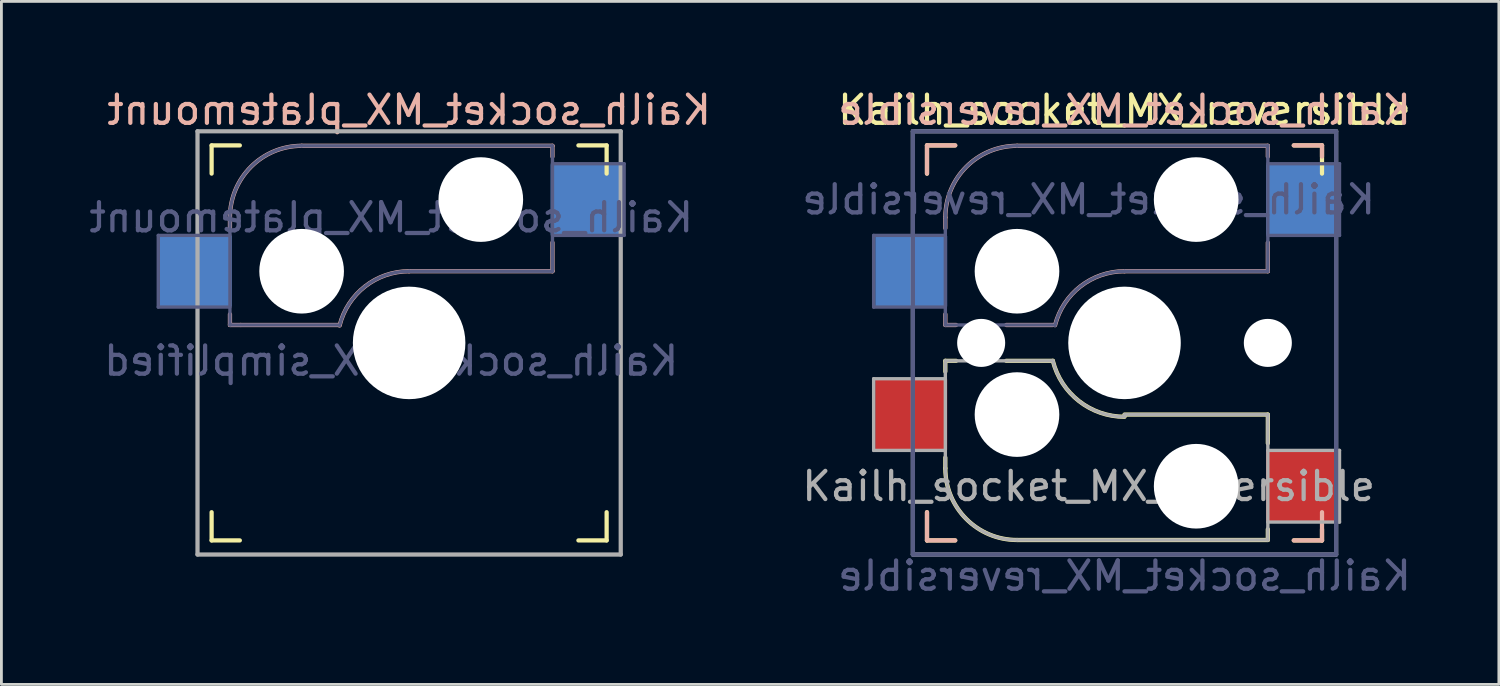
<source format=kicad_pcb>
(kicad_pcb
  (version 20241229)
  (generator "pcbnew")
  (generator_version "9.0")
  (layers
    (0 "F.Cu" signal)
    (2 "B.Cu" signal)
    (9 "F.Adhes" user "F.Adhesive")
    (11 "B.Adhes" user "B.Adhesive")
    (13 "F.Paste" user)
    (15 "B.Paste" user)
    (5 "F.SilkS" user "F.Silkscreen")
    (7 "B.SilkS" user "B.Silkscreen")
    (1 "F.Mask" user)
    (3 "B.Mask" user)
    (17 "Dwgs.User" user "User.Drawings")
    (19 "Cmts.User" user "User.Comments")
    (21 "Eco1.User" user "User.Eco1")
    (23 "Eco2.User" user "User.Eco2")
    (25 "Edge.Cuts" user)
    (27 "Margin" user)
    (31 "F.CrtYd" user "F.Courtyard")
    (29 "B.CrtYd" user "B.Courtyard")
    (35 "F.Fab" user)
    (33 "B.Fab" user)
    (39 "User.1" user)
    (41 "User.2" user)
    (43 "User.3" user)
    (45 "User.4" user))
  (footprint "Kailh_socket_MX_reversible"
    (layer "F.Cu")
    (at 36.804 9.103)
    (property "Reference" "Kailh_socket_MX_reversible" (at 0 -8.255 0) (layer "F.SilkS") (effects (font (size 1 1) (thickness 0.15))))
    (property "Value" "Kailh_socket_MX_reversible" (at 0 8.255 0) (layer "F.Fab") (hide yes) (effects (font (size 1 1) (thickness 0.15))))
    (attr smd)
    (fp_line (start -7 -7) (end -6 -7) (stroke (width 0.15) (type solid)) (layer "F.SilkS"))
    (fp_line (start -7 -6) (end -7 -7) (stroke (width 0.15) (type solid)) (layer "F.SilkS"))
    (fp_line (start -7 7) (end -7 6) (stroke (width 0.15) (type solid)) (layer "F.SilkS"))
    (fp_line (start -6.35 0.635) (end -5.969 0.635) (stroke (width 0.15) (type solid)) (layer "F.SilkS"))
    (fp_line (start -6.35 1.016) (end -6.35 0.635) (stroke (width 0.15) (type solid)) (layer "F.SilkS"))
    (fp_line (start -6.35 4.445) (end -6.35 4.064) (stroke (width 0.15) (type solid)) (layer "F.SilkS"))
    (fp_line (start -6 7) (end -7 7) (stroke (width 0.15) (type solid)) (layer "F.SilkS"))
    (fp_line (start -4.191 0.635) (end -2.54 0.635) (stroke (width 0.15) (type solid)) (layer "F.SilkS"))
    (fp_line (start 0 2.54) (end 5.08 2.54) (stroke (width 0.15) (type solid)) (layer "F.SilkS"))
    (fp_line (start 5.08 2.54) (end 5.08 3.556) (stroke (width 0.15) (type solid)) (layer "F.SilkS"))
    (fp_line (start 5.08 6.604) (end 5.08 6.985) (stroke (width 0.15) (type solid)) (layer "F.SilkS"))
    (fp_line (start 5.08 6.985) (end -3.81 6.985) (stroke (width 0.15) (type solid)) (layer "F.SilkS"))
    (fp_line (start 6 -7) (end 7 -7) (stroke (width 0.15) (type solid)) (layer "F.SilkS"))
    (fp_line (start 7 -7) (end 7 -6) (stroke (width 0.15) (type solid)) (layer "F.SilkS"))
    (fp_line (start 7 6.604) (end 7 7) (stroke (width 0.15) (type solid)) (layer "F.SilkS"))
    (fp_line (start 7 7) (end 6 7) (stroke (width 0.15) (type solid)) (layer "F.SilkS"))
    (fp_arc (start -3.81 6.985) (mid -5.606051 6.241051) (end -6.35 4.445) (stroke (width 0.15) (type solid)) (layer "F.SilkS"))
    (fp_arc (start -0.000001 2.618171) (mid -1.611255 2.063656) (end -2.539999 0.634999) (stroke (width 0.15) (type solid)) (layer "F.SilkS"))
    (fp_line (start -7 -7) (end -6 -7) (stroke (width 0.15) (type solid)) (layer "B.SilkS"))
    (fp_line (start -7 -6) (end -7 -7) (stroke (width 0.15) (type solid)) (layer "B.SilkS"))
    (fp_line (start -7 7) (end -7 6) (stroke (width 0.15) (type solid)) (layer "B.SilkS"))
    (fp_line (start -6.35 -4.445) (end -6.35 -4.064) (stroke (width 0.15) (type solid)) (layer "B.SilkS"))
    (fp_line (start -6.35 -1.016) (end -6.35 -0.635) (stroke (width 0.15) (type solid)) (layer "B.SilkS"))
    (fp_line (start -6.35 -0.635) (end -5.969 -0.635) (stroke (width 0.15) (type solid)) (layer "B.SilkS"))
    (fp_line (start -6 7) (end -7 7) (stroke (width 0.15) (type solid)) (layer "B.SilkS"))
    (fp_line (start -4.191 -0.635) (end -2.54 -0.635) (stroke (width 0.15) (type solid)) (layer "B.SilkS"))
    (fp_line (start 0 -2.54) (end 5.08 -2.54) (stroke (width 0.15) (type solid)) (layer "B.SilkS"))
    (fp_line (start 5.08 -6.985) (end -3.81 -6.985) (stroke (width 0.15) (type solid)) (layer "B.SilkS"))
    (fp_line (start 5.08 -6.604) (end 5.08 -6.985) (stroke (width 0.15) (type solid)) (layer "B.SilkS"))
    (fp_line (start 5.08 -2.54) (end 5.08 -3.556) (stroke (width 0.15) (type solid)) (layer "B.SilkS"))
    (fp_line (start 6 -7) (end 7 -7) (stroke (width 0.15) (type solid)) (layer "B.SilkS"))
    (fp_line (start 7 -7) (end 7 -6.604) (stroke (width 0.15) (type solid)) (layer "B.SilkS"))
    (fp_line (start 7 6) (end 7 7) (stroke (width 0.15) (type solid)) (layer "B.SilkS"))
    (fp_line (start 7 7) (end 6 7) (stroke (width 0.15) (type solid)) (layer "B.SilkS"))
    (fp_arc (start -6.35 -4.445) (mid -5.606051 -6.241051) (end -3.81 -6.985) (stroke (width 0.15) (type solid)) (layer "B.SilkS"))
    (fp_arc (start -2.461268 -0.627503) (mid -1.558484 -2.005674) (end 0 -2.54) (stroke (width 0.15) (type solid)) (layer "B.SilkS"))
    (fp_line (start -6.9 6.9) (end -6.9 -6.9) (stroke (width 0.15) (type solid)) (layer "Eco2.User"))
    (fp_line (start -6.9 6.9) (end 6.9 6.9) (stroke (width 0.15) (type solid)) (layer "Eco2.User"))
    (fp_line (start 6.9 -6.9) (end -6.9 -6.9) (stroke (width 0.15) (type solid)) (layer "Eco2.User"))
    (fp_line (start 6.9 -6.9) (end 6.9 6.9) (stroke (width 0.15) (type solid)) (layer "Eco2.User"))
    (fp_line (start -8.89 -3.81) (end -8.89 -1.27) (stroke (width 0.12) (type solid)) (layer "B.Fab"))
    (fp_line (start -8.89 -1.27) (end -6.35 -1.27) (stroke (width 0.12) (type solid)) (layer "B.Fab"))
    (fp_line (start -7.5 -7.5) (end 7.5 -7.5) (stroke (width 0.15) (type solid)) (layer "B.Fab"))
    (fp_line (start -7.5 7.5) (end -7.5 -7.5) (stroke (width 0.15) (type solid)) (layer "B.Fab"))
    (fp_line (start -6.35 -4.445) (end -6.35 -0.635) (stroke (width 0.12) (type solid)) (layer "B.Fab"))
    (fp_line (start -6.35 -3.81) (end -8.89 -3.81) (stroke (width 0.12) (type solid)) (layer "B.Fab"))
    (fp_line (start -6.35 -0.635) (end -2.54 -0.635) (stroke (width 0.12) (type solid)) (layer "B.Fab"))
    (fp_line (start 0 -2.54) (end 5.08 -2.54) (stroke (width 0.12) (type solid)) (layer "B.Fab"))
    (fp_line (start 5.08 -6.985) (end -3.81 -6.985) (stroke (width 0.12) (type solid)) (layer "B.Fab"))
    (fp_line (start 5.08 -3.81) (end 7.62 -3.81) (stroke (width 0.12) (type solid)) (layer "B.Fab"))
    (fp_line (start 5.08 -2.54) (end 5.08 -6.985) (stroke (width 0.12) (type solid)) (layer "B.Fab"))
    (fp_line (start 7.5 -7.5) (end 7.5 7.5) (stroke (width 0.15) (type solid)) (layer "B.Fab"))
    (fp_line (start 7.5 7.5) (end -7.5 7.5) (stroke (width 0.15) (type solid)) (layer "B.Fab"))
    (fp_line (start 7.62 -6.35) (end 5.08 -6.35) (stroke (width 0.12) (type solid)) (layer "B.Fab"))
    (fp_line (start 7.62 -3.81) (end 7.62 -6.35) (stroke (width 0.12) (type solid)) (layer "B.Fab"))
    (fp_arc (start -6.35 -4.445) (mid -5.606051 -6.241051) (end -3.81 -6.985) (stroke (width 0.12) (type solid)) (layer "B.Fab"))
    (fp_arc (start -2.464162 -0.61604) (mid -1.563147 -2.002042) (end 0 -2.54) (stroke (width 0.12) (type solid)) (layer "B.Fab"))
    (fp_line (start -8.89 1.27) (end -8.89 3.81) (stroke (width 0.12) (type solid)) (layer "F.Fab"))
    (fp_line (start -8.89 3.81) (end -6.35 3.81) (stroke (width 0.12) (type solid)) (layer "F.Fab"))
    (fp_line (start -7.5 -7.5) (end 7.5 -7.5) (stroke (width 0.15) (type solid)) (layer "F.Fab"))
    (fp_line (start -7.5 7.5) (end -7.5 -7.5) (stroke (width 0.15) (type solid)) (layer "F.Fab"))
    (fp_line (start -6.35 0.635) (end -6.35 4.445) (stroke (width 0.12) (type solid)) (layer "F.Fab"))
    (fp_line (start -6.35 1.27) (end -8.89 1.27) (stroke (width 0.12) (type solid)) (layer "F.Fab"))
    (fp_line (start -3.81 6.985) (end 5.08 6.985) (stroke (width 0.12) (type solid)) (layer "F.Fab"))
    (fp_line (start -2.54 0.635) (end -6.35 0.635) (stroke (width 0.12) (type solid)) (layer "F.Fab"))
    (fp_line (start 5.08 2.54) (end 0 2.54) (stroke (width 0.12) (type solid)) (layer "F.Fab"))
    (fp_line (start 5.08 6.35) (end 7.62 6.35) (stroke (width 0.12) (type solid)) (layer "F.Fab"))
    (fp_line (start 5.08 6.985) (end 5.08 2.54) (stroke (width 0.12) (type solid)) (layer "F.Fab"))
    (fp_line (start 7.5 -7.5) (end 7.5 7.5) (stroke (width 0.15) (type solid)) (layer "F.Fab"))
    (fp_line (start 7.5 7.5) (end -7.5 7.5) (stroke (width 0.15) (type solid)) (layer "F.Fab"))
    (fp_line (start 7.62 3.81) (end 5.08 3.81) (stroke (width 0.12) (type solid)) (layer "F.Fab"))
    (fp_line (start 7.62 6.35) (end 7.62 3.81) (stroke (width 0.12) (type solid)) (layer "F.Fab"))
    (fp_arc (start -3.81 6.985) (mid -5.606051 6.241051) (end -6.35 4.445) (stroke (width 0.12) (type solid)) (layer "F.Fab"))
    (fp_arc (start -0.000001 2.618171) (mid -1.611255 2.063656) (end -2.539999 0.634999) (stroke (width 0.12) (type solid)) (layer "F.Fab"))
    (fp_text user "${REFERENCE}" (at 0 -8.255 0) (layer "B.SilkS") (effects (font (size 1 1) (thickness 0.15)) (justify mirror)))
    (fp_text user "${REFERENCE}" (at -1.27 -5.08 0) (layer "B.Fab") (effects (font (size 1 1) (thickness 0.15)) (justify mirror)))
    (fp_text user "${VALUE}" (at 0 8.255 0) (layer "B.Fab") (effects (font (size 1 1) (thickness 0.15)) (justify mirror)))
    (fp_text user "${REFERENCE}" (at -1.27 5.08 0) (layer "F.Fab") (effects (font (size 1 1) (thickness 0.15))))
    (pad "" np_thru_hole circle (at -5.08 0) (size 1.702 1.702) (drill 1.702) (layers "*.Cu" "*.Mask"))
    (pad "" np_thru_hole circle (at -3.81 -2.54) (size 3 3) (drill 3) (layers "*.Cu" "*.Mask"))
    (pad "" np_thru_hole circle (at -3.81 2.54) (size 3 3) (drill 3) (layers "*.Cu" "*.Mask"))
    (pad "" np_thru_hole circle (at 0 0) (size 3.988 3.988) (drill 3.988) (layers "*.Cu" "*.Mask"))
    (pad "" np_thru_hole circle (at 2.54 -5.08) (size 3 3) (drill 3) (layers "*.Cu" "*.Mask"))
    (pad "" np_thru_hole circle (at 2.54 5.08) (size 3 3) (drill 3) (layers "*.Cu" "*.Mask"))
    (pad "" np_thru_hole circle (at 5.08 0) (size 1.702 1.702) (drill 1.702) (layers "*.Cu" "*.Mask"))
    (pad "1" smd rect (at 6.29 -5.08) (size 2.55 2.5) (layers "B.Cu" "B.Mask" "B.Paste"))
    (pad "1" smd rect (at 6.29 5.08) (size 2.55 2.5) (layers "F.Cu" "F.Mask" "F.Paste"))
    (pad "2" smd rect (at -7.56 -2.54) (size 2.55 2.5) (layers "B.Cu" "B.Mask" "B.Paste"))
    (pad "2" smd rect (at -7.56 2.54) (size 2.55 2.5) (layers "F.Cu" "F.Mask" "F.Paste")))
  (footprint "Kailh_socket_MX_platemount"
    (layer "F.Cu")
    (at 11.45 9.103)
    (property "Reference" "Kailh_socket_MX_platemount" (at 0 -8.255 0) (layer "B.SilkS") (effects (font (size 1 1) (thickness 0.15)) (justify mirror)))
    (property "Value" "Kailh_socket_MX_simplified" (at 0 8.255 0) (layer "F.Fab") (hide yes) (effects (font (size 1 1) (thickness 0.15))))
    (attr smd)
    (fp_line (start -7 -6) (end -7 -7) (stroke (width 0.15) (type solid)) (layer "F.SilkS"))
    (fp_line (start -7 7) (end -7 6) (stroke (width 0.15) (type solid)) (layer "F.SilkS"))
    (fp_line (start -7 7) (end -6 7) (stroke (width 0.15) (type solid)) (layer "F.SilkS"))
    (fp_line (start -6 -7) (end -7 -7) (stroke (width 0.15) (type solid)) (layer "F.SilkS"))
    (fp_line (start 6 7) (end 7 7) (stroke (width 0.15) (type solid)) (layer "F.SilkS"))
    (fp_line (start 7 -7) (end 6 -7) (stroke (width 0.15) (type solid)) (layer "F.SilkS"))
    (fp_line (start 7 -7) (end 7 -6) (stroke (width 0.15) (type solid)) (layer "F.SilkS"))
    (fp_line (start 7 6) (end 7 7) (stroke (width 0.15) (type solid)) (layer "F.SilkS"))
    (fp_line (start -6.35 -4.445) (end -6.35 -4.064) (stroke (width 0.15) (type solid)) (layer "B.SilkS"))
    (fp_line (start -6.35 -1.016) (end -6.35 -0.635) (stroke (width 0.15) (type solid)) (layer "B.SilkS"))
    (fp_line (start -5.969 -0.635) (end -6.35 -0.635) (stroke (width 0.15) (type solid)) (layer "B.SilkS"))
    (fp_line (start -3.81 -6.985) (end 5.08 -6.985) (stroke (width 0.15) (type solid)) (layer "B.SilkS"))
    (fp_line (start -2.464 -0.635) (end -5.969 -0.635) (stroke (width 0.15) (type solid)) (layer "B.SilkS"))
    (fp_line (start 5.08 -6.985) (end 5.08 -6.604) (stroke (width 0.15) (type solid)) (layer "B.SilkS"))
    (fp_line (start 5.08 -3.556) (end 5.08 -2.54) (stroke (width 0.15) (type solid)) (layer "B.SilkS"))
    (fp_line (start 5.08 -2.54) (end 0 -2.54) (stroke (width 0.15) (type solid)) (layer "B.SilkS"))
    (fp_arc (start -6.35 -4.445) (mid -5.606051 -6.241051) (end -3.81 -6.985) (stroke (width 0.15) (type solid)) (layer "B.SilkS"))
    (fp_arc (start -2.464162 -0.61604) (mid -1.563147 -2.002042) (end 0 -2.54) (stroke (width 0.15) (type solid)) (layer "B.SilkS"))
    (fp_line (start -6.9 6.9) (end -6.9 -6.9) (stroke (width 0.15) (type solid)) (layer "Eco2.User"))
    (fp_line (start -6.9 6.9) (end 6.9 6.9) (stroke (width 0.15) (type solid)) (layer "Eco2.User"))
    (fp_line (start 6.9 -6.9) (end -6.9 -6.9) (stroke (width 0.15) (type solid)) (layer "Eco2.User"))
    (fp_line (start 6.9 -6.9) (end 6.9 6.9) (stroke (width 0.15) (type solid)) (layer "Eco2.User"))
    (fp_line (start -8.89 -3.81) (end -6.35 -3.81) (stroke (width 0.12) (type solid)) (layer "B.Fab"))
    (fp_line (start -8.89 -1.27) (end -8.89 -3.81) (stroke (width 0.12) (type solid)) (layer "B.Fab"))
    (fp_line (start -6.35 -1.27) (end -8.89 -1.27) (stroke (width 0.12) (type solid)) (layer "B.Fab"))
    (fp_line (start -6.35 -0.635) (end -6.35 -4.445) (stroke (width 0.12) (type solid)) (layer "B.Fab"))
    (fp_line (start -6.35 -0.635) (end -2.54 -0.635) (stroke (width 0.12) (type solid)) (layer "B.Fab"))
    (fp_line (start -3.81 -6.985) (end 5.08 -6.985) (stroke (width 0.12) (type solid)) (layer "B.Fab"))
    (fp_line (start 5.08 -6.985) (end 5.08 -2.54) (stroke (width 0.12) (type solid)) (layer "B.Fab"))
    (fp_line (start 5.08 -6.35) (end 7.62 -6.35) (stroke (width 0.12) (type solid)) (layer "B.Fab"))
    (fp_line (start 5.08 -2.54) (end 0 -2.54) (stroke (width 0.12) (type solid)) (layer "B.Fab"))
    (fp_line (start 7.62 -6.35) (end 7.62 -3.81) (stroke (width 0.12) (type solid)) (layer "B.Fab"))
    (fp_line (start 7.62 -3.81) (end 5.08 -3.81) (stroke (width 0.12) (type solid)) (layer "B.Fab"))
    (fp_arc (start -6.35 -4.445) (mid -5.606051 -6.241051) (end -3.81 -6.985) (stroke (width 0.12) (type solid)) (layer "B.Fab"))
    (fp_arc (start -2.464162 -0.61604) (mid -1.563147 -2.002042) (end 0 -2.54) (stroke (width 0.12) (type solid)) (layer "B.Fab"))
    (fp_line (start -7.5 -7.5) (end 7.5 -7.5) (stroke (width 0.15) (type solid)) (layer "F.Fab"))
    (fp_line (start -7.5 7.5) (end -7.5 -7.5) (stroke (width 0.15) (type solid)) (layer "F.Fab"))
    (fp_line (start 7.5 -7.5) (end 7.5 7.5) (stroke (width 0.15) (type solid)) (layer "F.Fab"))
    (fp_line (start 7.5 7.5) (end -7.5 7.5) (stroke (width 0.15) (type solid)) (layer "F.Fab"))
    (fp_text user "${VALUE}" (at -0.635 0.635 0) (layer "B.Fab") (effects (font (size 1 1) (thickness 0.15)) (justify mirror)))
    (fp_text user "${REFERENCE}" (at -0.635 -4.445 0) (layer "B.Fab") (effects (font (size 1 1) (thickness 0.15)) (justify mirror)))
    (pad "" np_thru_hole circle (at -3.81 -2.54) (size 3 3) (drill 3) (layers "*.Cu" "*.Mask"))
    (pad "" np_thru_hole circle (at 0 0) (size 3.988 3.988) (drill 3.988) (layers "*.Cu" "*.Mask"))
    (pad "" np_thru_hole circle (at 2.54 -5.08) (size 3 3) (drill 3) (layers "*.Cu" "*.Mask"))
    (pad "1" smd rect (at -7.56 -2.54) (size 2.55 2.5) (layers "B.Cu" "B.Mask" "B.Paste"))
    (pad "2" smd rect (at 6.29 -5.08) (size 2.55 2.5) (layers "B.Cu" "B.Mask" "B.Paste")))
  (gr_rect
    (start -3 -3)
    (end 50.072 21.206)
    (stroke (width 0.1) (type default))
    (fill no)
    (layer "Edge.Cuts")))
</source>
